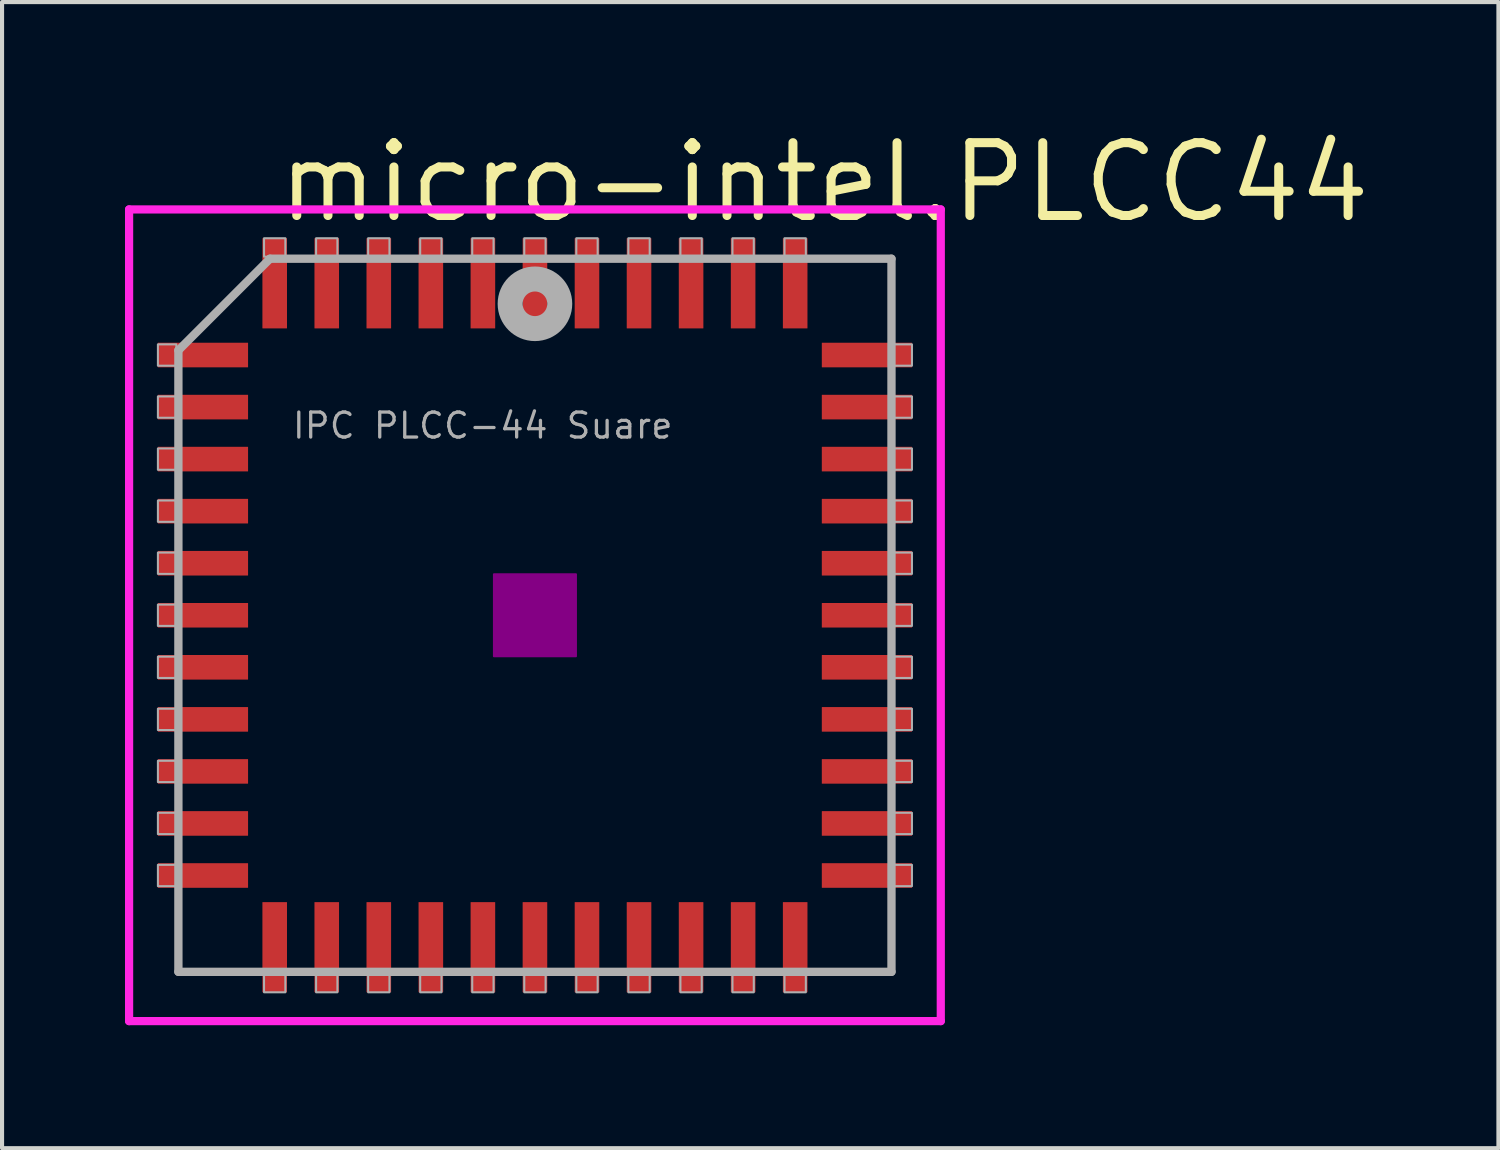
<source format=kicad_pcb>
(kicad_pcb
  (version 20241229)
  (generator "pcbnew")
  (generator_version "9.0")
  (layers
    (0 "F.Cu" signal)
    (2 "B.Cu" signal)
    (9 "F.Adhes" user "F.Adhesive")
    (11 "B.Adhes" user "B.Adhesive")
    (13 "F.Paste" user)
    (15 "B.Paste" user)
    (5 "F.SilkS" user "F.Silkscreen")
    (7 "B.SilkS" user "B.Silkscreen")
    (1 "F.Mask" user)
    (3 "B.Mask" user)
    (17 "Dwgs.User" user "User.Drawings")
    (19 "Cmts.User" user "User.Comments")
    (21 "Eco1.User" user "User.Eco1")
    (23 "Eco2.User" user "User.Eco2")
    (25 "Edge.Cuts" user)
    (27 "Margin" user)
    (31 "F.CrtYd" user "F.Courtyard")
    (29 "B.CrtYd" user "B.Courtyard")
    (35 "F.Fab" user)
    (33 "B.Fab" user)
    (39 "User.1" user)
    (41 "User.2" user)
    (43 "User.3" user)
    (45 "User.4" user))
  (footprint "micro-intel.PLCC44"
    (layer "F.Cu")
    (at 10.003 11.963)
    (property "Reference" "micro-intel.PLCC44" (at -6.38 -9.525 0) (layer "F.SilkS") (effects (font (size 1.778 1.778) (thickness 0.22)) (justify left bottom)))
    (attr smd)
    (fp_rect (start -1 1) (end 1 -1) (stroke (width 0.05) (type default)) (fill yes) (layer "F.Adhes"))
    (fp_line (start -9.903 -9.903) (end 9.903 -9.903) (stroke (width 0.2) (type default)) (layer "F.CrtYd"))
    (fp_line (start -9.903 9.903) (end -9.903 -9.903) (stroke (width 0.2) (type default)) (layer "F.CrtYd"))
    (fp_line (start 9.903 -9.903) (end 9.903 9.903) (stroke (width 0.2) (type default)) (layer "F.CrtYd"))
    (fp_line (start 9.903 9.903) (end -9.903 9.903) (stroke (width 0.2) (type default)) (layer "F.CrtYd"))
    (fp_line (start -8.7 -6.465) (end -8.7 8.7) (stroke (width 0.203) (type default)) (layer "F.Fab"))
    (fp_line (start -8.7 8.7) (end 8.7 8.7) (stroke (width 0.203) (type default)) (layer "F.Fab"))
    (fp_line (start -6.465 -8.7) (end -8.7 -6.465) (stroke (width 0.203) (type default)) (layer "F.Fab"))
    (fp_line (start 8.7 -8.7) (end -6.465 -8.7) (stroke (width 0.203) (type default)) (layer "F.Fab"))
    (fp_line (start 8.7 8.7) (end 8.7 -8.7) (stroke (width 0.203) (type default)) (layer "F.Fab"))
    (fp_rect (start -9.2 -6.09) (end -8.75 -6.61) (stroke (width 0.05) (type default)) (fill no) (layer "F.Fab"))
    (fp_rect (start -9.2 -4.82) (end -8.75 -5.34) (stroke (width 0.05) (type default)) (fill no) (layer "F.Fab"))
    (fp_rect (start -9.2 -3.55) (end -8.75 -4.07) (stroke (width 0.05) (type default)) (fill no) (layer "F.Fab"))
    (fp_rect (start -9.2 -2.28) (end -8.75 -2.8) (stroke (width 0.05) (type default)) (fill no) (layer "F.Fab"))
    (fp_rect (start -9.2 -1.01) (end -8.75 -1.53) (stroke (width 0.05) (type default)) (fill no) (layer "F.Fab"))
    (fp_rect (start -9.2 0.26) (end -8.75 -0.26) (stroke (width 0.05) (type default)) (fill no) (layer "F.Fab"))
    (fp_rect (start -9.2 1.53) (end -8.75 1.01) (stroke (width 0.05) (type default)) (fill no) (layer "F.Fab"))
    (fp_rect (start -9.2 2.8) (end -8.75 2.28) (stroke (width 0.05) (type default)) (fill no) (layer "F.Fab"))
    (fp_rect (start -9.2 4.07) (end -8.75 3.55) (stroke (width 0.05) (type default)) (fill no) (layer "F.Fab"))
    (fp_rect (start -9.2 5.34) (end -8.75 4.82) (stroke (width 0.05) (type default)) (fill no) (layer "F.Fab"))
    (fp_rect (start -9.2 6.61) (end -8.75 6.09) (stroke (width 0.05) (type default)) (fill no) (layer "F.Fab"))
    (fp_rect (start -6.61 -8.75) (end -6.09 -9.2) (stroke (width 0.05) (type default)) (fill no) (layer "F.Fab"))
    (fp_rect (start -6.61 9.2) (end -6.09 8.75) (stroke (width 0.05) (type default)) (fill no) (layer "F.Fab"))
    (fp_rect (start -5.34 -8.75) (end -4.82 -9.2) (stroke (width 0.05) (type default)) (fill no) (layer "F.Fab"))
    (fp_rect (start -5.34 9.2) (end -4.82 8.75) (stroke (width 0.05) (type default)) (fill no) (layer "F.Fab"))
    (fp_rect (start -4.07 -8.75) (end -3.55 -9.2) (stroke (width 0.05) (type default)) (fill no) (layer "F.Fab"))
    (fp_rect (start -4.07 9.2) (end -3.55 8.75) (stroke (width 0.05) (type default)) (fill no) (layer "F.Fab"))
    (fp_rect (start -2.8 -8.75) (end -2.28 -9.2) (stroke (width 0.05) (type default)) (fill no) (layer "F.Fab"))
    (fp_rect (start -2.8 9.2) (end -2.28 8.75) (stroke (width 0.05) (type default)) (fill no) (layer "F.Fab"))
    (fp_rect (start -1.53 -8.75) (end -1.01 -9.2) (stroke (width 0.05) (type default)) (fill no) (layer "F.Fab"))
    (fp_rect (start -1.53 9.2) (end -1.01 8.75) (stroke (width 0.05) (type default)) (fill no) (layer "F.Fab"))
    (fp_rect (start -0.26 -8.75) (end 0.26 -9.2) (stroke (width 0.05) (type default)) (fill no) (layer "F.Fab"))
    (fp_rect (start -0.26 9.2) (end 0.26 8.75) (stroke (width 0.05) (type default)) (fill no) (layer "F.Fab"))
    (fp_rect (start 1.01 -8.75) (end 1.53 -9.2) (stroke (width 0.05) (type default)) (fill no) (layer "F.Fab"))
    (fp_rect (start 1.01 9.2) (end 1.53 8.75) (stroke (width 0.05) (type default)) (fill no) (layer "F.Fab"))
    (fp_rect (start 2.28 -8.75) (end 2.8 -9.2) (stroke (width 0.05) (type default)) (fill no) (layer "F.Fab"))
    (fp_rect (start 2.28 9.2) (end 2.8 8.75) (stroke (width 0.05) (type default)) (fill no) (layer "F.Fab"))
    (fp_rect (start 3.55 -8.75) (end 4.07 -9.2) (stroke (width 0.05) (type default)) (fill no) (layer "F.Fab"))
    (fp_rect (start 3.55 9.2) (end 4.07 8.75) (stroke (width 0.05) (type default)) (fill no) (layer "F.Fab"))
    (fp_rect (start 4.82 -8.75) (end 5.34 -9.2) (stroke (width 0.05) (type default)) (fill no) (layer "F.Fab"))
    (fp_rect (start 4.82 9.2) (end 5.34 8.75) (stroke (width 0.05) (type default)) (fill no) (layer "F.Fab"))
    (fp_rect (start 6.09 -8.75) (end 6.61 -9.2) (stroke (width 0.05) (type default)) (fill no) (layer "F.Fab"))
    (fp_rect (start 6.09 9.2) (end 6.61 8.75) (stroke (width 0.05) (type default)) (fill no) (layer "F.Fab"))
    (fp_rect (start 8.75 -6.09) (end 9.2 -6.61) (stroke (width 0.05) (type default)) (fill no) (layer "F.Fab"))
    (fp_rect (start 8.75 -4.82) (end 9.2 -5.34) (stroke (width 0.05) (type default)) (fill no) (layer "F.Fab"))
    (fp_rect (start 8.75 -3.55) (end 9.2 -4.07) (stroke (width 0.05) (type default)) (fill no) (layer "F.Fab"))
    (fp_rect (start 8.75 -2.28) (end 9.2 -2.8) (stroke (width 0.05) (type default)) (fill no) (layer "F.Fab"))
    (fp_rect (start 8.75 -1.01) (end 9.2 -1.53) (stroke (width 0.05) (type default)) (fill no) (layer "F.Fab"))
    (fp_rect (start 8.75 0.26) (end 9.2 -0.26) (stroke (width 0.05) (type default)) (fill no) (layer "F.Fab"))
    (fp_rect (start 8.75 1.53) (end 9.2 1.01) (stroke (width 0.05) (type default)) (fill no) (layer "F.Fab"))
    (fp_rect (start 8.75 2.8) (end 9.2 2.28) (stroke (width 0.05) (type default)) (fill no) (layer "F.Fab"))
    (fp_rect (start 8.75 4.07) (end 9.2 3.55) (stroke (width 0.05) (type default)) (fill no) (layer "F.Fab"))
    (fp_rect (start 8.75 5.34) (end 9.2 4.82) (stroke (width 0.05) (type default)) (fill no) (layer "F.Fab"))
    (fp_rect (start 8.75 6.61) (end 9.2 6.09) (stroke (width 0.05) (type default)) (fill no) (layer "F.Fab"))
    (fp_circle (center 0 -7.6) (end 0.3 -7.6) (stroke (width 0.61) (type default)) (fill no) (layer "F.Fab"))
    (fp_text user "IPC PLCC-44 Suare" (at -5.96 -4.27 0) (layer "F.Fab") (effects (font (size 0.61 0.61) (thickness 0.08)) (justify left bottom)))
    (pad "1" smd roundrect (at 0 -8.1) (size 0.6 2.2) (layers "F.Cu" "F.Mask" "F.Paste") (roundrect_rratio 0.01))
    (pad "2" smd roundrect (at -1.27 -8.1) (size 0.6 2.2) (layers "F.Cu" "F.Mask" "F.Paste") (roundrect_rratio 0.01))
    (pad "3" smd roundrect (at -2.54 -8.1) (size 0.6 2.2) (layers "F.Cu" "F.Mask" "F.Paste") (roundrect_rratio 0.01))
    (pad "4" smd roundrect (at -3.81 -8.1) (size 0.6 2.2) (layers "F.Cu" "F.Mask" "F.Paste") (roundrect_rratio 0.01))
    (pad "5" smd roundrect (at -5.08 -8.1) (size 0.6 2.2) (layers "F.Cu" "F.Mask" "F.Paste") (roundrect_rratio 0.01))
    (pad "6" smd roundrect (at -6.35 -8.1) (size 0.6 2.2) (layers "F.Cu" "F.Mask" "F.Paste") (roundrect_rratio 0.01))
    (pad "7" smd roundrect (at -8.1 -6.35) (size 2.2 0.6) (layers "F.Cu" "F.Mask" "F.Paste") (roundrect_rratio 0.01))
    (pad "8" smd roundrect (at -8.1 -5.08) (size 2.2 0.6) (layers "F.Cu" "F.Mask" "F.Paste") (roundrect_rratio 0.01))
    (pad "9" smd roundrect (at -8.1 -3.81) (size 2.2 0.6) (layers "F.Cu" "F.Mask" "F.Paste") (roundrect_rratio 0.01))
    (pad "10" smd roundrect (at -8.1 -2.54) (size 2.2 0.6) (layers "F.Cu" "F.Mask" "F.Paste") (roundrect_rratio 0.01))
    (pad "11" smd roundrect (at -8.1 -1.27) (size 2.2 0.6) (layers "F.Cu" "F.Mask" "F.Paste") (roundrect_rratio 0.01))
    (pad "12" smd roundrect (at -8.1 0) (size 2.2 0.6) (layers "F.Cu" "F.Mask" "F.Paste") (roundrect_rratio 0.01))
    (pad "13" smd roundrect (at -8.1 1.27) (size 2.2 0.6) (layers "F.Cu" "F.Mask" "F.Paste") (roundrect_rratio 0.01))
    (pad "14" smd roundrect (at -8.1 2.54) (size 2.2 0.6) (layers "F.Cu" "F.Mask" "F.Paste") (roundrect_rratio 0.01))
    (pad "15" smd roundrect (at -8.1 3.81) (size 2.2 0.6) (layers "F.Cu" "F.Mask" "F.Paste") (roundrect_rratio 0.01))
    (pad "16" smd roundrect (at -8.1 5.08) (size 2.2 0.6) (layers "F.Cu" "F.Mask" "F.Paste") (roundrect_rratio 0.01))
    (pad "17" smd roundrect (at -8.1 6.35) (size 2.2 0.6) (layers "F.Cu" "F.Mask" "F.Paste") (roundrect_rratio 0.01))
    (pad "18" smd roundrect (at -6.35 8.1) (size 0.6 2.2) (layers "F.Cu" "F.Mask" "F.Paste") (roundrect_rratio 0.01))
    (pad "19" smd roundrect (at -5.08 8.1) (size 0.6 2.2) (layers "F.Cu" "F.Mask" "F.Paste") (roundrect_rratio 0.01))
    (pad "20" smd roundrect (at -3.81 8.1) (size 0.6 2.2) (layers "F.Cu" "F.Mask" "F.Paste") (roundrect_rratio 0.01))
    (pad "21" smd roundrect (at -2.54 8.1) (size 0.6 2.2) (layers "F.Cu" "F.Mask" "F.Paste") (roundrect_rratio 0.01))
    (pad "22" smd roundrect (at -1.27 8.1) (size 0.6 2.2) (layers "F.Cu" "F.Mask" "F.Paste") (roundrect_rratio 0.01))
    (pad "23" smd roundrect (at 0 8.1) (size 0.6 2.2) (layers "F.Cu" "F.Mask" "F.Paste") (roundrect_rratio 0.01))
    (pad "24" smd roundrect (at 1.27 8.1) (size 0.6 2.2) (layers "F.Cu" "F.Mask" "F.Paste") (roundrect_rratio 0.01))
    (pad "25" smd roundrect (at 2.54 8.1) (size 0.6 2.2) (layers "F.Cu" "F.Mask" "F.Paste") (roundrect_rratio 0.01))
    (pad "26" smd roundrect (at 3.81 8.1) (size 0.6 2.2) (layers "F.Cu" "F.Mask" "F.Paste") (roundrect_rratio 0.01))
    (pad "27" smd roundrect (at 5.08 8.1) (size 0.6 2.2) (layers "F.Cu" "F.Mask" "F.Paste") (roundrect_rratio 0.01))
    (pad "28" smd roundrect (at 6.35 8.1) (size 0.6 2.2) (layers "F.Cu" "F.Mask" "F.Paste") (roundrect_rratio 0.01))
    (pad "29" smd roundrect (at 8.1 6.35) (size 2.2 0.6) (layers "F.Cu" "F.Mask" "F.Paste") (roundrect_rratio 0.01))
    (pad "30" smd roundrect (at 8.1 5.08) (size 2.2 0.6) (layers "F.Cu" "F.Mask" "F.Paste") (roundrect_rratio 0.01))
    (pad "31" smd roundrect (at 8.1 3.81) (size 2.2 0.6) (layers "F.Cu" "F.Mask" "F.Paste") (roundrect_rratio 0.01))
    (pad "32" smd roundrect (at 8.1 2.54) (size 2.2 0.6) (layers "F.Cu" "F.Mask" "F.Paste") (roundrect_rratio 0.01))
    (pad "33" smd roundrect (at 8.1 1.27) (size 2.2 0.6) (layers "F.Cu" "F.Mask" "F.Paste") (roundrect_rratio 0.01))
    (pad "34" smd roundrect (at 8.1 0) (size 2.2 0.6) (layers "F.Cu" "F.Mask" "F.Paste") (roundrect_rratio 0.01))
    (pad "35" smd roundrect (at 8.1 -1.27) (size 2.2 0.6) (layers "F.Cu" "F.Mask" "F.Paste") (roundrect_rratio 0.01))
    (pad "36" smd roundrect (at 8.1 -2.54) (size 2.2 0.6) (layers "F.Cu" "F.Mask" "F.Paste") (roundrect_rratio 0.01))
    (pad "37" smd roundrect (at 8.1 -3.81) (size 2.2 0.6) (layers "F.Cu" "F.Mask" "F.Paste") (roundrect_rratio 0.01))
    (pad "38" smd roundrect (at 8.1 -5.08) (size 2.2 0.6) (layers "F.Cu" "F.Mask" "F.Paste") (roundrect_rratio 0.01))
    (pad "39" smd roundrect (at 8.1 -6.35) (size 2.2 0.6) (layers "F.Cu" "F.Mask" "F.Paste") (roundrect_rratio 0.01))
    (pad "40" smd roundrect (at 6.35 -8.1) (size 0.6 2.2) (layers "F.Cu" "F.Mask" "F.Paste") (roundrect_rratio 0.01))
    (pad "41" smd roundrect (at 5.08 -8.1) (size 0.6 2.2) (layers "F.Cu" "F.Mask" "F.Paste") (roundrect_rratio 0.01))
    (pad "42" smd roundrect (at 3.81 -8.1) (size 0.6 2.2) (layers "F.Cu" "F.Mask" "F.Paste") (roundrect_rratio 0.01))
    (pad "43" smd roundrect (at 2.54 -8.1) (size 0.6 2.2) (layers "F.Cu" "F.Mask" "F.Paste") (roundrect_rratio 0.01))
    (pad "44" smd roundrect (at 1.27 -8.1) (size 0.6 2.2) (layers "F.Cu" "F.Mask" "F.Paste") (roundrect_rratio 0.01)))
  (gr_rect
    (start -3 -3)
    (end 33.513 24.966)
    (stroke (width 0.1) (type default))
    (fill no)
    (layer "Edge.Cuts")))
</source>
